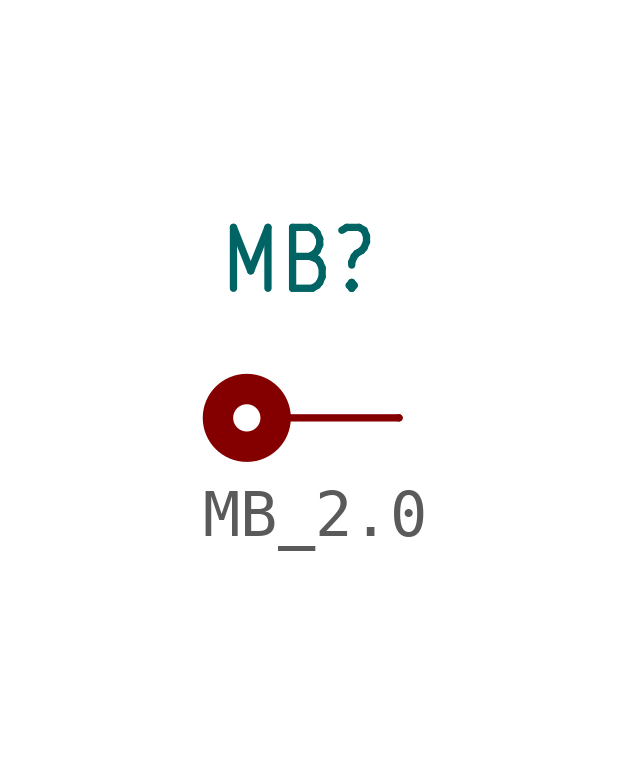
<source format=kicad_sym>
(kicad_symbol_lib
  (version 20201005)
  (generator kicad_symbol_editor)
  (symbol "MB_2.0"
    (property "Reference" "MB"
      (at -1.27 2.54 0)
      (effects (font (size 1.27 1.079)) (justify left bottom)))
    (property "ki_locked" ""
      (at 0 0 0)
      (effects (font (size 1.27 1.27))))
    (symbol "MB_2.0_1_0"
      (circle (center -0.635 0) (radius 0.635) (stroke (width 0.152)) (fill (type none)))
      (circle (center -0.635 0) (radius 0.284) (stroke (width 0.635)) (fill (type none)))
      (polyline (pts (xy 2.54 0) (xy 0 0)) (stroke (width 0.152)) (fill (type none)))
      (pin passive line (at 2.54 0 180) (length 0) (name "1" (effects (font (size 0 0)))) (number "1" (effects (font (size 0 0))))))))
</source>
